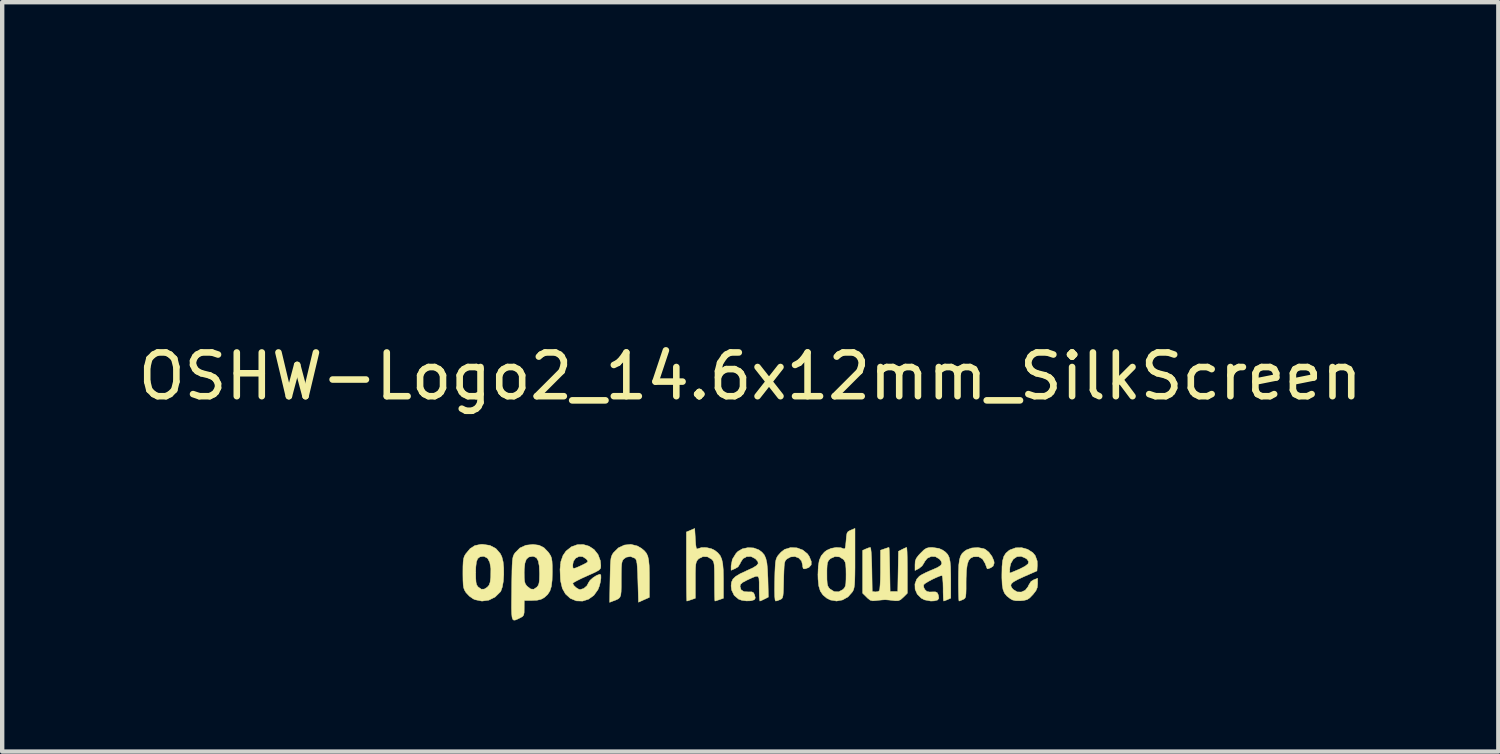
<source format=kicad_pcb>
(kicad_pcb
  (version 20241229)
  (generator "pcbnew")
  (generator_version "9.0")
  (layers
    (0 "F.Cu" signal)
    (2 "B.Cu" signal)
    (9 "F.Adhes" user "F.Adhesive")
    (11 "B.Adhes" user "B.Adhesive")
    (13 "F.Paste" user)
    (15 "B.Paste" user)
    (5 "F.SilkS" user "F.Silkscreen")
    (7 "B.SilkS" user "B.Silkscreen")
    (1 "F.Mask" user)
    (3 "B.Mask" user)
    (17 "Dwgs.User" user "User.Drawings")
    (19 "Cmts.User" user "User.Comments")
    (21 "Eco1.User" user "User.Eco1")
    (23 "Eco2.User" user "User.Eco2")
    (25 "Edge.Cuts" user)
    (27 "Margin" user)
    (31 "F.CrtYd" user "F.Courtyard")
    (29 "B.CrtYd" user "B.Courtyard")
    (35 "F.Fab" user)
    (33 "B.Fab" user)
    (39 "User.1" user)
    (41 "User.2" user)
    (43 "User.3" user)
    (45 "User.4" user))
  (footprint "OSHW-Logo2_14.6x12mm_SilkScreen"
    (layer "F.Cu")
    (at 14.101 5.552)
    (property "Reference" "OSHW-Logo2_14.6x12mm_SilkScreen" (at 0 0 0) (layer "F.SilkS") (effects (font (size 1 1) (thickness 0.15))))
    (attr exclude_from_pos_files exclude_from_bom)
    (fp_poly (pts (xy 0.209 -5.547) (xy 0.367 -5.546) (xy 0.481 -5.544) (xy 0.559 -5.539) (xy 0.609 -5.532) (xy 0.636 -5.521) (xy 0.65 -5.505) (xy 0.656 -5.484) (xy 0.657 -5.481) (xy 0.667 -5.433) (xy 0.686 -5.337) (xy 0.711 -5.204) (xy 0.741 -5.045) (xy 0.774 -4.868) (xy 0.775 -4.862) (xy 0.807 -4.689) (xy 0.838 -4.537) (xy 0.865 -4.413) (xy 0.885 -4.328) (xy 0.898 -4.291) (xy 0.898 -4.29) (xy 0.935 -4.272) (xy 1.011 -4.242) (xy 1.109 -4.206) (xy 1.109 -4.205) (xy 1.233 -4.159) (xy 1.379 -4.099) (xy 1.517 -4.04) (xy 1.523 -4.037) (xy 1.747 -3.935) (xy 2.244 -4.274) (xy 2.396 -4.377) (xy 2.534 -4.47) (xy 2.649 -4.546) (xy 2.735 -4.601) (xy 2.782 -4.629) (xy 2.786 -4.631) (xy 2.82 -4.621) (xy 2.884 -4.577) (xy 2.98 -4.495) (xy 3.11 -4.373) (xy 3.243 -4.244) (xy 3.372 -4.116) (xy 3.487 -4) (xy 3.581 -3.902) (xy 3.648 -3.829) (xy 3.681 -3.79) (xy 3.682 -3.788) (xy 3.686 -3.76) (xy 3.672 -3.716) (xy 3.638 -3.648) (xy 3.579 -3.551) (xy 3.493 -3.418) (xy 3.378 -3.248) (xy 3.276 -3.097) (xy 3.185 -2.963) (xy 3.11 -2.851) (xy 3.056 -2.771) (xy 3.029 -2.73) (xy 3.028 -2.727) (xy 3.031 -2.687) (xy 3.056 -2.61) (xy 3.098 -2.511) (xy 3.113 -2.479) (xy 3.178 -2.337) (xy 3.247 -2.176) (xy 3.304 -2.036) (xy 3.344 -1.933) (xy 3.377 -1.854) (xy 3.395 -1.813) (xy 3.397 -1.81) (xy 3.432 -1.805) (xy 3.513 -1.791) (xy 3.629 -1.769) (xy 3.771 -1.743) (xy 3.927 -1.713) (xy 4.087 -1.683) (xy 4.239 -1.653) (xy 4.374 -1.627) (xy 4.479 -1.606) (xy 4.546 -1.593) (xy 4.562 -1.589) (xy 4.579 -1.579) (xy 4.591 -1.557) (xy 4.6 -1.516) (xy 4.607 -1.449) (xy 4.61 -1.347) (xy 4.612 -1.204) (xy 4.613 -1.013) (xy 4.613 -0.934) (xy 4.613 -0.296) (xy 4.46 -0.266) (xy 4.374 -0.249) (xy 4.247 -0.225) (xy 4.093 -0.197) (xy 3.929 -0.167) (xy 3.883 -0.158) (xy 3.731 -0.129) (xy 3.598 -0.1) (xy 3.497 -0.074) (xy 3.437 -0.054) (xy 3.427 -0.048) (xy 3.402 -0.005) (xy 3.367 0.076) (xy 3.328 0.182) (xy 3.32 0.204) (xy 3.269 0.345) (xy 3.206 0.504) (xy 3.144 0.646) (xy 3.144 0.647) (xy 3.04 0.87) (xy 3.72 1.87) (xy 3.284 2.307) (xy 3.152 2.437) (xy 3.031 2.552) (xy 2.929 2.645) (xy 2.852 2.711) (xy 2.807 2.742) (xy 2.801 2.744) (xy 2.763 2.729) (xy 2.686 2.684) (xy 2.577 2.617) (xy 2.447 2.533) (xy 2.305 2.438) (xy 2.161 2.341) (xy 2.033 2.257) (xy 1.929 2.19) (xy 1.857 2.147) (xy 1.824 2.131) (xy 1.785 2.144) (xy 1.71 2.179) (xy 1.614 2.227) (xy 1.604 2.233) (xy 1.476 2.297) (xy 1.389 2.328) (xy 1.334 2.329) (xy 1.306 2.3) (xy 1.305 2.299) (xy 1.291 2.264) (xy 1.257 2.182) (xy 1.206 2.059) (xy 1.141 1.9) (xy 1.064 1.714) (xy 0.977 1.505) (xy 0.894 1.302) (xy 0.802 1.079) (xy 0.717 0.872) (xy 0.643 0.688) (xy 0.581 0.533) (xy 0.534 0.414) (xy 0.505 0.336) (xy 0.496 0.307) (xy 0.519 0.274) (xy 0.577 0.221) (xy 0.656 0.163) (xy 0.879 -0.022) (xy 1.053 -0.234) (xy 1.176 -0.468) (xy 1.247 -0.721) (xy 1.262 -0.987) (xy 1.251 -1.109) (xy 1.189 -1.364) (xy 1.082 -1.589) (xy 0.937 -1.782) (xy 0.76 -1.941) (xy 0.559 -2.063) (xy 0.339 -2.147) (xy 0.107 -2.19) (xy -0.13 -2.189) (xy -0.365 -2.144) (xy -0.592 -2.05) (xy -0.804 -1.907) (xy -0.892 -1.827) (xy -1.062 -1.619) (xy -1.18 -1.392) (xy -1.248 -1.153) (xy -1.265 -0.907) (xy -1.233 -0.662) (xy -1.153 -0.424) (xy -1.025 -0.2) (xy -0.851 0.003) (xy -0.656 0.163) (xy -0.574 0.224) (xy -0.517 0.276) (xy -0.496 0.307) (xy -0.507 0.342) (xy -0.538 0.423) (xy -0.586 0.546) (xy -0.649 0.704) (xy -0.725 0.891) (xy -0.81 1.099) (xy -0.894 1.302) (xy -0.986 1.526) (xy -1.072 1.733) (xy -1.148 1.917) (xy -1.212 2.072) (xy -1.262 2.192) (xy -1.294 2.27) (xy -1.306 2.299) (xy -1.334 2.329) (xy -1.388 2.329) (xy -1.476 2.297) (xy -1.603 2.233) (xy -1.604 2.233) (xy -1.701 2.183) (xy -1.778 2.147) (xy -1.822 2.131) (xy -1.824 2.131) (xy -1.857 2.147) (xy -1.93 2.191) (xy -2.035 2.258) (xy -2.163 2.342) (xy -2.305 2.438) (xy -2.45 2.535) (xy -2.58 2.619) (xy -2.688 2.686) (xy -2.764 2.729) (xy -2.801 2.744) (xy -2.835 2.724) (xy -2.902 2.669) (xy -2.997 2.584) (xy -3.112 2.475) (xy -3.242 2.349) (xy -3.284 2.307) (xy -3.72 1.87) (xy -3.388 1.382) (xy -3.287 1.233) (xy -3.198 1.098) (xy -3.127 0.987) (xy -3.078 0.907) (xy -3.056 0.865) (xy -3.056 0.862) (xy -3.067 0.823) (xy -3.098 0.744) (xy -3.143 0.639) (xy -3.174 0.568) (xy -3.233 0.433) (xy -3.289 0.296) (xy -3.332 0.181) (xy -3.343 0.146) (xy -3.376 0.052) (xy -3.409 -0.02) (xy -3.427 -0.048) (xy -3.466 -0.064) (xy -3.552 -0.088) (xy -3.673 -0.116) (xy -3.818 -0.146) (xy -3.883 -0.158) (xy -4.048 -0.189) (xy -4.206 -0.218) (xy -4.343 -0.243) (xy -4.441 -0.262) (xy -4.46 -0.266) (xy -4.613 -0.296) (xy -4.613 -0.934) (xy -4.613 -1.144) (xy -4.611 -1.303) (xy -4.608 -1.418) (xy -4.603 -1.497) (xy -4.595 -1.546) (xy -4.583 -1.573) (xy -4.568 -1.586) (xy -4.562 -1.589) (xy -4.524 -1.597) (xy -4.44 -1.614) (xy -4.321 -1.637) (xy -4.178 -1.665) (xy -4.022 -1.695) (xy -3.862 -1.725) (xy -3.711 -1.754) (xy -3.578 -1.779) (xy -3.475 -1.797) (xy -3.412 -1.808) (xy -3.397 -1.81) (xy -3.385 -1.835) (xy -3.357 -1.902) (xy -3.318 -1.999) (xy -3.304 -2.036) (xy -3.245 -2.182) (xy -3.175 -2.343) (xy -3.113 -2.479) (xy -3.067 -2.582) (xy -3.036 -2.668) (xy -3.026 -2.72) (xy -3.028 -2.727) (xy -3.049 -2.76) (xy -3.098 -2.833) (xy -3.17 -2.939) (xy -3.258 -3.07) (xy -3.359 -3.218) (xy -3.379 -3.247) (xy -3.495 -3.42) (xy -3.581 -3.552) (xy -3.639 -3.648) (xy -3.673 -3.716) (xy -3.686 -3.76) (xy -3.683 -3.787) (xy -3.683 -3.787) (xy -3.654 -3.823) (xy -3.59 -3.893) (xy -3.498 -3.988) (xy -3.385 -4.103) (xy -3.258 -4.23) (xy -3.243 -4.244) (xy -3.083 -4.399) (xy -2.959 -4.513) (xy -2.87 -4.588) (xy -2.812 -4.626) (xy -2.786 -4.631) (xy -2.749 -4.609) (xy -2.671 -4.56) (xy -2.562 -4.488) (xy -2.428 -4.399) (xy -2.279 -4.298) (xy -2.244 -4.274) (xy -1.747 -3.935) (xy -1.523 -4.037) (xy -1.387 -4.096) (xy -1.241 -4.156) (xy -1.115 -4.203) (xy -1.109 -4.205) (xy -1.011 -4.241) (xy -0.935 -4.272) (xy -0.898 -4.29) (xy -0.898 -4.29) (xy -0.886 -4.323) (xy -0.867 -4.405) (xy -0.84 -4.525) (xy -0.81 -4.676) (xy -0.777 -4.848) (xy -0.775 -4.862) (xy -0.742 -5.039) (xy -0.712 -5.199) (xy -0.686 -5.333) (xy -0.667 -5.43) (xy -0.657 -5.481) (xy -0.657 -5.481) (xy -0.651 -5.503) (xy -0.638 -5.519) (xy -0.613 -5.531) (xy -0.566 -5.539) (xy -0.492 -5.543) (xy -0.382 -5.546) (xy -0.229 -5.547) (xy -0.026 -5.547) (xy 0 -5.547) (xy 0.209 -5.547)) (stroke (width 0.01) (type solid)) (fill yes) (layer "F.Mask"))
    (fp_poly (pts (xy 5.336 3.94) (xy 5.371 3.955) (xy 5.454 4.021) (xy 5.525 4.117) (xy 5.569 4.218) (xy 5.576 4.269) (xy 5.552 4.339) (xy 5.5 4.376) (xy 5.443 4.398) (xy 5.417 4.402) (xy 5.405 4.372) (xy 5.38 4.307) (xy 5.369 4.277) (xy 5.308 4.175) (xy 5.219 4.124) (xy 5.105 4.126) (xy 5.097 4.128) (xy 5.036 4.157) (xy 4.991 4.213) (xy 4.961 4.303) (xy 4.943 4.435) (xy 4.935 4.614) (xy 4.934 4.709) (xy 4.934 4.86) (xy 4.931 4.962) (xy 4.925 5.028) (xy 4.912 5.066) (xy 4.892 5.088) (xy 4.861 5.104) (xy 4.86 5.105) (xy 4.801 5.129) (xy 4.772 5.138) (xy 4.768 5.111) (xy 4.764 5.035) (xy 4.761 4.92) (xy 4.759 4.775) (xy 4.759 4.67) (xy 4.761 4.466) (xy 4.767 4.311) (xy 4.782 4.196) (xy 4.806 4.113) (xy 4.842 4.051) (xy 4.893 4.003) (xy 4.943 3.969) (xy 5.063 3.925) (xy 5.204 3.915) (xy 5.336 3.94)) (stroke (width 0.01) (type solid)) (fill yes) (layer "F.SilkS"))
    (fp_poly (pts (xy -2.583 3.878) (xy -2.489 3.932) (xy -2.424 3.986) (xy -2.376 4.042) (xy -2.343 4.111) (xy -2.323 4.202) (xy -2.311 4.327) (xy -2.307 4.493) (xy -2.306 4.613) (xy -2.306 5.054) (xy -2.431 5.109) (xy -2.555 5.165) (xy -2.569 4.682) (xy -2.575 4.502) (xy -2.582 4.371) (xy -2.589 4.281) (xy -2.6 4.222) (xy -2.614 4.185) (xy -2.634 4.163) (xy -2.64 4.158) (xy -2.736 4.12) (xy -2.833 4.135) (xy -2.89 4.175) (xy -2.914 4.203) (xy -2.93 4.241) (xy -2.94 4.297) (xy -2.946 4.383) (xy -2.948 4.51) (xy -2.949 4.641) (xy -2.949 4.806) (xy -2.952 4.923) (xy -2.961 5.002) (xy -2.981 5.052) (xy -3.015 5.086) (xy -3.068 5.112) (xy -3.138 5.138) (xy -3.215 5.168) (xy -3.206 4.649) (xy -3.202 4.463) (xy -3.198 4.324) (xy -3.192 4.226) (xy -3.183 4.156) (xy -3.169 4.107) (xy -3.15 4.067) (xy -3.127 4.033) (xy -3.015 3.922) (xy -2.878 3.858) (xy -2.73 3.842) (xy -2.583 3.878)) (stroke (width 0.01) (type solid)) (fill yes) (layer "F.SilkS"))
    (fp_poly (pts (xy 1.066 3.922) (xy 1.199 3.971) (xy 1.306 4.057) (xy 1.348 4.118) (xy 1.394 4.23) (xy 1.393 4.311) (xy 1.345 4.365) (xy 1.327 4.375) (xy 1.25 4.403) (xy 1.211 4.396) (xy 1.198 4.348) (xy 1.197 4.321) (xy 1.173 4.223) (xy 1.109 4.154) (xy 1.021 4.12) (xy 0.923 4.129) (xy 0.843 4.172) (xy 0.816 4.197) (xy 0.796 4.227) (xy 0.783 4.273) (xy 0.775 4.343) (xy 0.77 4.45) (xy 0.765 4.602) (xy 0.764 4.65) (xy 0.76 4.815) (xy 0.756 4.931) (xy 0.749 5.008) (xy 0.738 5.055) (xy 0.722 5.082) (xy 0.698 5.098) (xy 0.683 5.105) (xy 0.618 5.13) (xy 0.58 5.138) (xy 0.567 5.111) (xy 0.559 5.029) (xy 0.556 4.89) (xy 0.558 4.694) (xy 0.559 4.664) (xy 0.563 4.485) (xy 0.569 4.355) (xy 0.576 4.262) (xy 0.587 4.198) (xy 0.603 4.151) (xy 0.626 4.111) (xy 0.637 4.094) (xy 0.705 4.019) (xy 0.78 3.961) (xy 0.789 3.956) (xy 0.924 3.915) (xy 1.066 3.922)) (stroke (width 0.01) (type solid)) (fill yes) (layer "F.SilkS"))
    (fp_poly (pts (xy 3.58 3.94) (xy 3.585 4.017) (xy 3.588 4.133) (xy 3.59 4.281) (xy 3.591 4.435) (xy 3.591 4.959) (xy 3.499 5.051) (xy 3.435 5.108) (xy 3.379 5.131) (xy 3.303 5.13) (xy 3.272 5.126) (xy 3.178 5.115) (xy 3.099 5.109) (xy 3.08 5.108) (xy 3.016 5.112) (xy 2.924 5.121) (xy 2.888 5.126) (xy 2.8 5.133) (xy 2.741 5.118) (xy 2.683 5.072) (xy 2.662 5.051) (xy 2.569 4.959) (xy 2.569 3.98) (xy 2.644 3.946) (xy 2.708 3.921) (xy 2.745 3.912) (xy 2.755 3.94) (xy 2.764 4.018) (xy 2.771 4.136) (xy 2.777 4.288) (xy 2.78 4.416) (xy 2.788 4.919) (xy 2.858 4.929) (xy 2.921 4.922) (xy 2.952 4.9) (xy 2.961 4.858) (xy 2.968 4.77) (xy 2.974 4.645) (xy 2.977 4.496) (xy 2.977 4.419) (xy 2.978 3.976) (xy 3.07 3.944) (xy 3.135 3.922) (xy 3.17 3.912) (xy 3.171 3.912) (xy 3.175 3.94) (xy 3.179 4.016) (xy 3.183 4.133) (xy 3.186 4.279) (xy 3.189 4.416) (xy 3.197 4.919) (xy 3.372 4.919) (xy 3.38 4.46) (xy 3.388 4.001) (xy 3.474 3.956) (xy 3.537 3.926) (xy 3.574 3.912) (xy 3.575 3.912) (xy 3.58 3.94)) (stroke (width 0.01) (type solid)) (fill yes) (layer "F.SilkS"))
    (fp_poly (pts (xy -1.255 3.724) (xy -1.247 3.843) (xy -1.237 3.914) (xy -1.223 3.944) (xy -1.203 3.945) (xy -1.197 3.941) (xy -1.111 3.914) (xy -0.999 3.916) (xy -0.886 3.943) (xy -0.814 3.978) (xy -0.742 4.035) (xy -0.688 4.099) (xy -0.652 4.18) (xy -0.629 4.288) (xy -0.617 4.433) (xy -0.613 4.624) (xy -0.613 4.661) (xy -0.613 5.074) (xy -0.705 5.106) (xy -0.77 5.128) (xy -0.806 5.138) (xy -0.807 5.138) (xy -0.811 5.111) (xy -0.814 5.035) (xy -0.816 4.921) (xy -0.817 4.778) (xy -0.817 4.691) (xy -0.818 4.52) (xy -0.82 4.397) (xy -0.825 4.313) (xy -0.834 4.258) (xy -0.849 4.221) (xy -0.871 4.193) (xy -0.885 4.18) (xy -0.979 4.126) (xy -1.082 4.122) (xy -1.175 4.168) (xy -1.192 4.184) (xy -1.217 4.215) (xy -1.235 4.252) (xy -1.246 4.304) (xy -1.252 4.384) (xy -1.255 4.501) (xy -1.255 4.663) (xy -1.255 5.074) (xy -1.347 5.106) (xy -1.413 5.128) (xy -1.448 5.138) (xy -1.45 5.138) (xy -1.452 5.11) (xy -1.455 5.032) (xy -1.457 4.909) (xy -1.458 4.751) (xy -1.459 4.565) (xy -1.46 4.358) (xy -1.46 4.349) (xy -1.46 3.559) (xy -1.365 3.519) (xy -1.27 3.479) (xy -1.255 3.724)) (stroke (width 0.01) (type solid)) (fill yes) (layer "F.SilkS"))
    (fp_poly (pts (xy -5.952 3.866) (xy -5.815 3.938) (xy -5.714 4.054) (xy -5.678 4.128) (xy -5.65 4.24) (xy -5.636 4.381) (xy -5.635 4.535) (xy -5.645 4.686) (xy -5.668 4.816) (xy -5.701 4.91) (xy -5.711 4.926) (xy -5.833 5.046) (xy -5.977 5.118) (xy -6.133 5.139) (xy -6.291 5.107) (xy -6.335 5.087) (xy -6.42 5.027) (xy -6.496 4.947) (xy -6.503 4.937) (xy -6.532 4.888) (xy -6.551 4.836) (xy -6.562 4.767) (xy -6.567 4.669) (xy -6.569 4.528) (xy -6.569 4.496) (xy -6.569 4.486) (xy -6.277 4.486) (xy -6.275 4.619) (xy -6.269 4.708) (xy -6.255 4.765) (xy -6.231 4.804) (xy -6.219 4.817) (xy -6.149 4.867) (xy -6.081 4.865) (xy -6.012 4.822) (xy -5.971 4.775) (xy -5.947 4.708) (xy -5.934 4.601) (xy -5.933 4.589) (xy -5.93 4.396) (xy -5.955 4.253) (xy -6.005 4.16) (xy -6.082 4.119) (xy -6.109 4.117) (xy -6.181 4.128) (xy -6.23 4.167) (xy -6.26 4.242) (xy -6.274 4.361) (xy -6.277 4.486) (xy -6.569 4.486) (xy -6.568 4.346) (xy -6.563 4.241) (xy -6.553 4.168) (xy -6.536 4.114) (xy -6.509 4.067) (xy -6.503 4.058) (xy -6.404 3.939) (xy -6.296 3.87) (xy -6.164 3.843) (xy -6.119 3.841) (xy -5.952 3.866)) (stroke (width 0.01) (type solid)) (fill yes) (layer "F.SilkS"))
    (fp_poly (pts (xy 6.343 3.957) (xy 6.459 4.032) (xy 6.515 4.1) (xy 6.559 4.222) (xy 6.562 4.319) (xy 6.554 4.449) (xy 6.255 4.58) (xy 6.11 4.647) (xy 6.015 4.701) (xy 5.965 4.747) (xy 5.957 4.793) (xy 5.984 4.843) (xy 6.014 4.876) (xy 6.102 4.929) (xy 6.198 4.932) (xy 6.286 4.891) (xy 6.351 4.809) (xy 6.362 4.78) (xy 6.418 4.69) (xy 6.482 4.651) (xy 6.569 4.618) (xy 6.569 4.743) (xy 6.561 4.828) (xy 6.531 4.9) (xy 6.468 4.982) (xy 6.458 4.993) (xy 6.388 5.066) (xy 6.327 5.106) (xy 6.251 5.124) (xy 6.188 5.13) (xy 6.075 5.131) (xy 5.995 5.113) (xy 5.945 5.085) (xy 5.867 5.024) (xy 5.812 4.958) (xy 5.778 4.874) (xy 5.759 4.762) (xy 5.752 4.609) (xy 5.752 4.531) (xy 5.754 4.438) (xy 5.93 4.438) (xy 5.932 4.488) (xy 5.937 4.496) (xy 5.971 4.485) (xy 6.043 4.455) (xy 6.14 4.414) (xy 6.16 4.405) (xy 6.282 4.342) (xy 6.35 4.288) (xy 6.364 4.237) (xy 6.329 4.185) (xy 6.3 4.162) (xy 6.194 4.116) (xy 6.095 4.124) (xy 6.013 4.18) (xy 5.956 4.279) (xy 5.937 4.357) (xy 5.93 4.438) (xy 5.754 4.438) (xy 5.755 4.349) (xy 5.769 4.215) (xy 5.797 4.117) (xy 5.842 4.045) (xy 5.907 3.988) (xy 5.935 3.969) (xy 6.065 3.921) (xy 6.206 3.918) (xy 6.343 3.957)) (stroke (width 0.01) (type solid)) (fill yes) (layer "F.SilkS"))
    (fp_poly (pts (xy 2.394 4.154) (xy 2.394 4.373) (xy 2.392 4.541) (xy 2.389 4.666) (xy 2.384 4.757) (xy 2.375 4.822) (xy 2.364 4.869) (xy 2.348 4.906) (xy 2.336 4.927) (xy 2.236 5.041) (xy 2.111 5.112) (xy 1.971 5.138) (xy 1.832 5.114) (xy 1.749 5.072) (xy 1.662 4.999) (xy 1.602 4.911) (xy 1.566 4.794) (xy 1.55 4.639) (xy 1.547 4.525) (xy 1.548 4.517) (xy 1.752 4.517) (xy 1.753 4.648) (xy 1.759 4.734) (xy 1.772 4.791) (xy 1.795 4.832) (xy 1.823 4.862) (xy 1.918 4.922) (xy 2.019 4.927) (xy 2.115 4.877) (xy 2.122 4.871) (xy 2.154 4.836) (xy 2.174 4.794) (xy 2.185 4.732) (xy 2.189 4.636) (xy 2.19 4.529) (xy 2.188 4.396) (xy 2.182 4.307) (xy 2.169 4.248) (xy 2.145 4.206) (xy 2.126 4.184) (xy 2.038 4.128) (xy 1.936 4.121) (xy 1.838 4.164) (xy 1.819 4.18) (xy 1.787 4.215) (xy 1.767 4.258) (xy 1.757 4.32) (xy 1.752 4.417) (xy 1.752 4.517) (xy 1.548 4.517) (xy 1.555 4.342) (xy 1.578 4.204) (xy 1.624 4.101) (xy 1.694 4.02) (xy 1.749 3.978) (xy 1.848 3.934) (xy 1.964 3.913) (xy 2.071 3.919) (xy 2.131 3.941) (xy 2.155 3.947) (xy 2.17 3.924) (xy 2.181 3.86) (xy 2.19 3.763) (xy 2.199 3.655) (xy 2.211 3.589) (xy 2.234 3.552) (xy 2.274 3.528) (xy 2.299 3.517) (xy 2.394 3.477) (xy 2.394 4.154)) (stroke (width 0.01) (type solid)) (fill yes) (layer "F.SilkS"))
    (fp_poly (pts (xy -3.684 3.885) (xy -3.569 3.962) (xy -3.48 4.074) (xy -3.427 4.216) (xy -3.417 4.321) (xy -3.418 4.365) (xy -3.428 4.398) (xy -3.456 4.428) (xy -3.511 4.461) (xy -3.601 4.505) (xy -3.736 4.565) (xy -3.737 4.565) (xy -3.861 4.622) (xy -3.963 4.673) (xy -4.032 4.711) (xy -4.058 4.733) (xy -4.058 4.733) (xy -4.035 4.78) (xy -3.982 4.831) (xy -3.921 4.868) (xy -3.889 4.876) (xy -3.805 4.85) (xy -3.732 4.786) (xy -3.696 4.716) (xy -3.662 4.664) (xy -3.595 4.605) (xy -3.516 4.554) (xy -3.446 4.527) (xy -3.432 4.525) (xy -3.415 4.55) (xy -3.414 4.614) (xy -3.426 4.701) (xy -3.449 4.793) (xy -3.48 4.873) (xy -3.482 4.877) (xy -3.575 5.007) (xy -3.696 5.095) (xy -3.833 5.139) (xy -3.975 5.134) (xy -4.112 5.077) (xy -4.118 5.073) (xy -4.225 4.975) (xy -4.296 4.848) (xy -4.335 4.682) (xy -4.34 4.635) (xy -4.349 4.413) (xy -4.338 4.31) (xy -4.058 4.31) (xy -4.055 4.375) (xy -4.035 4.393) (xy -3.985 4.379) (xy -3.907 4.346) (xy -3.819 4.304) (xy -3.817 4.303) (xy -3.743 4.264) (xy -3.713 4.238) (xy -3.721 4.211) (xy -3.751 4.175) (xy -3.83 4.123) (xy -3.915 4.119) (xy -3.991 4.157) (xy -4.043 4.23) (xy -4.058 4.31) (xy -4.338 4.31) (xy -4.33 4.236) (xy -4.281 4.096) (xy -4.213 3.997) (xy -4.09 3.898) (xy -3.954 3.849) (xy -3.816 3.846) (xy -3.684 3.885)) (stroke (width 0.01) (type solid)) (fill yes) (layer "F.SilkS"))
    (fp_poly (pts (xy 0.08 3.924) (xy 0.194 3.967) (xy 0.196 3.968) (xy 0.266 4.02) (xy 0.319 4.081) (xy 0.355 4.16) (xy 0.38 4.267) (xy 0.394 4.413) (xy 0.403 4.605) (xy 0.404 4.633) (xy 0.414 5.047) (xy 0.325 5.092) (xy 0.261 5.123) (xy 0.222 5.138) (xy 0.22 5.138) (xy 0.214 5.111) (xy 0.208 5.038) (xy 0.205 4.931) (xy 0.204 4.844) (xy 0.204 4.704) (xy 0.198 4.616) (xy 0.176 4.574) (xy 0.128 4.572) (xy 0.045 4.604) (xy -0.08 4.662) (xy -0.172 4.711) (xy -0.22 4.753) (xy -0.234 4.799) (xy -0.234 4.801) (xy -0.211 4.88) (xy -0.143 4.923) (xy -0.039 4.929) (xy 0.036 4.928) (xy 0.076 4.95) (xy 0.1 5.002) (xy 0.115 5.068) (xy 0.094 5.105) (xy 0.087 5.11) (xy 0.014 5.132) (xy -0.087 5.135) (xy -0.192 5.121) (xy -0.266 5.095) (xy -0.368 5.008) (xy -0.426 4.887) (xy -0.438 4.792) (xy -0.429 4.707) (xy -0.397 4.637) (xy -0.334 4.576) (xy -0.232 4.514) (xy -0.082 4.444) (xy -0.073 4.44) (xy 0.062 4.378) (xy 0.145 4.326) (xy 0.181 4.28) (xy 0.173 4.234) (xy 0.126 4.18) (xy 0.112 4.168) (xy 0.017 4.12) (xy -0.081 4.122) (xy -0.166 4.169) (xy -0.223 4.256) (xy -0.228 4.273) (xy -0.279 4.356) (xy -0.344 4.395) (xy -0.438 4.435) (xy -0.438 4.333) (xy -0.409 4.184) (xy -0.325 4.048) (xy -0.28 4.002) (xy -0.18 3.944) (xy -0.052 3.917) (xy 0.08 3.924)) (stroke (width 0.01) (type solid)) (fill yes) (layer "F.SilkS"))
    (fp_poly (pts (xy -4.828 3.862) (xy -4.717 3.918) (xy -4.618 4.02) (xy -4.591 4.058) (xy -4.561 4.107) (xy -4.542 4.161) (xy -4.531 4.233) (xy -4.526 4.337) (xy -4.525 4.474) (xy -4.53 4.662) (xy -4.547 4.803) (xy -4.58 4.908) (xy -4.632 4.988) (xy -4.706 5.055) (xy -4.711 5.059) (xy -4.785 5.099) (xy -4.873 5.119) (xy -4.985 5.124) (xy -5.167 5.124) (xy -5.168 5.301) (xy -5.169 5.399) (xy -5.18 5.457) (xy -5.207 5.492) (xy -5.258 5.521) (xy -5.271 5.527) (xy -5.329 5.555) (xy -5.374 5.573) (xy -5.407 5.574) (xy -5.431 5.554) (xy -5.446 5.506) (xy -5.454 5.424) (xy -5.458 5.303) (xy -5.457 5.136) (xy -5.454 4.919) (xy -5.454 4.854) (xy -5.451 4.63) (xy -5.448 4.483) (xy -5.168 4.483) (xy -5.166 4.607) (xy -5.159 4.689) (xy -5.143 4.743) (xy -5.115 4.784) (xy -5.096 4.804) (xy -5.018 4.863) (xy -4.949 4.868) (xy -4.877 4.819) (xy -4.876 4.817) (xy -4.847 4.78) (xy -4.829 4.728) (xy -4.82 4.65) (xy -4.817 4.529) (xy -4.817 4.503) (xy -4.824 4.337) (xy -4.846 4.222) (xy -4.885 4.151) (xy -4.945 4.12) (xy -4.979 4.117) (xy -5.061 4.131) (xy -5.118 4.181) (xy -5.151 4.27) (xy -5.166 4.407) (xy -5.168 4.483) (xy -5.448 4.483) (xy -5.448 4.456) (xy -5.444 4.325) (xy -5.438 4.23) (xy -5.43 4.162) (xy -5.419 4.115) (xy -5.404 4.079) (xy -5.385 4.048) (xy -5.377 4.036) (xy -5.267 3.925) (xy -5.129 3.862) (xy -4.968 3.844) (xy -4.828 3.862)) (stroke (width 0.01) (type solid)) (fill yes) (layer "F.SilkS"))
    (fp_poly (pts (xy 4.314 3.935) (xy 4.398 3.973) (xy 4.464 4.02) (xy 4.513 4.072) (xy 4.546 4.138) (xy 4.567 4.23) (xy 4.579 4.355) (xy 4.583 4.525) (xy 4.584 4.636) (xy 4.584 5.071) (xy 4.509 5.105) (xy 4.451 5.129) (xy 4.422 5.138) (xy 4.416 5.111) (xy 4.412 5.038) (xy 4.409 4.931) (xy 4.409 4.846) (xy 4.406 4.724) (xy 4.399 4.627) (xy 4.39 4.567) (xy 4.382 4.554) (xy 4.33 4.567) (xy 4.249 4.601) (xy 4.155 4.645) (xy 4.065 4.694) (xy 3.995 4.737) (xy 3.963 4.767) (xy 3.963 4.767) (xy 3.965 4.822) (xy 3.99 4.874) (xy 4.035 4.917) (xy 4.099 4.931) (xy 4.154 4.929) (xy 4.232 4.928) (xy 4.273 4.946) (xy 4.297 4.995) (xy 4.3 5.004) (xy 4.311 5.073) (xy 4.283 5.114) (xy 4.208 5.134) (xy 4.128 5.138) (xy 3.984 5.111) (xy 3.909 5.072) (xy 3.817 4.98) (xy 3.768 4.868) (xy 3.764 4.749) (xy 3.805 4.638) (xy 3.867 4.569) (xy 3.929 4.53) (xy 4.027 4.481) (xy 4.141 4.431) (xy 4.16 4.424) (xy 4.285 4.369) (xy 4.357 4.32) (xy 4.38 4.272) (xy 4.358 4.217) (xy 4.321 4.175) (xy 4.233 4.123) (xy 4.137 4.119) (xy 4.048 4.159) (xy 3.984 4.239) (xy 3.976 4.26) (xy 3.927 4.336) (xy 3.856 4.393) (xy 3.766 4.439) (xy 3.766 4.308) (xy 3.771 4.227) (xy 3.794 4.164) (xy 3.844 4.096) (xy 3.893 4.044) (xy 3.968 3.97) (xy 4.026 3.931) (xy 4.088 3.915) (xy 4.159 3.912) (xy 4.314 3.935)) (stroke (width 0.01) (type solid)) (fill yes) (layer "F.SilkS")))
  (gr_rect
    (start -3 -3)
    (end 31.202 14.131)
    (stroke (width 0.1) (type default))
    (fill no)
    (layer "Edge.Cuts")))
</source>
